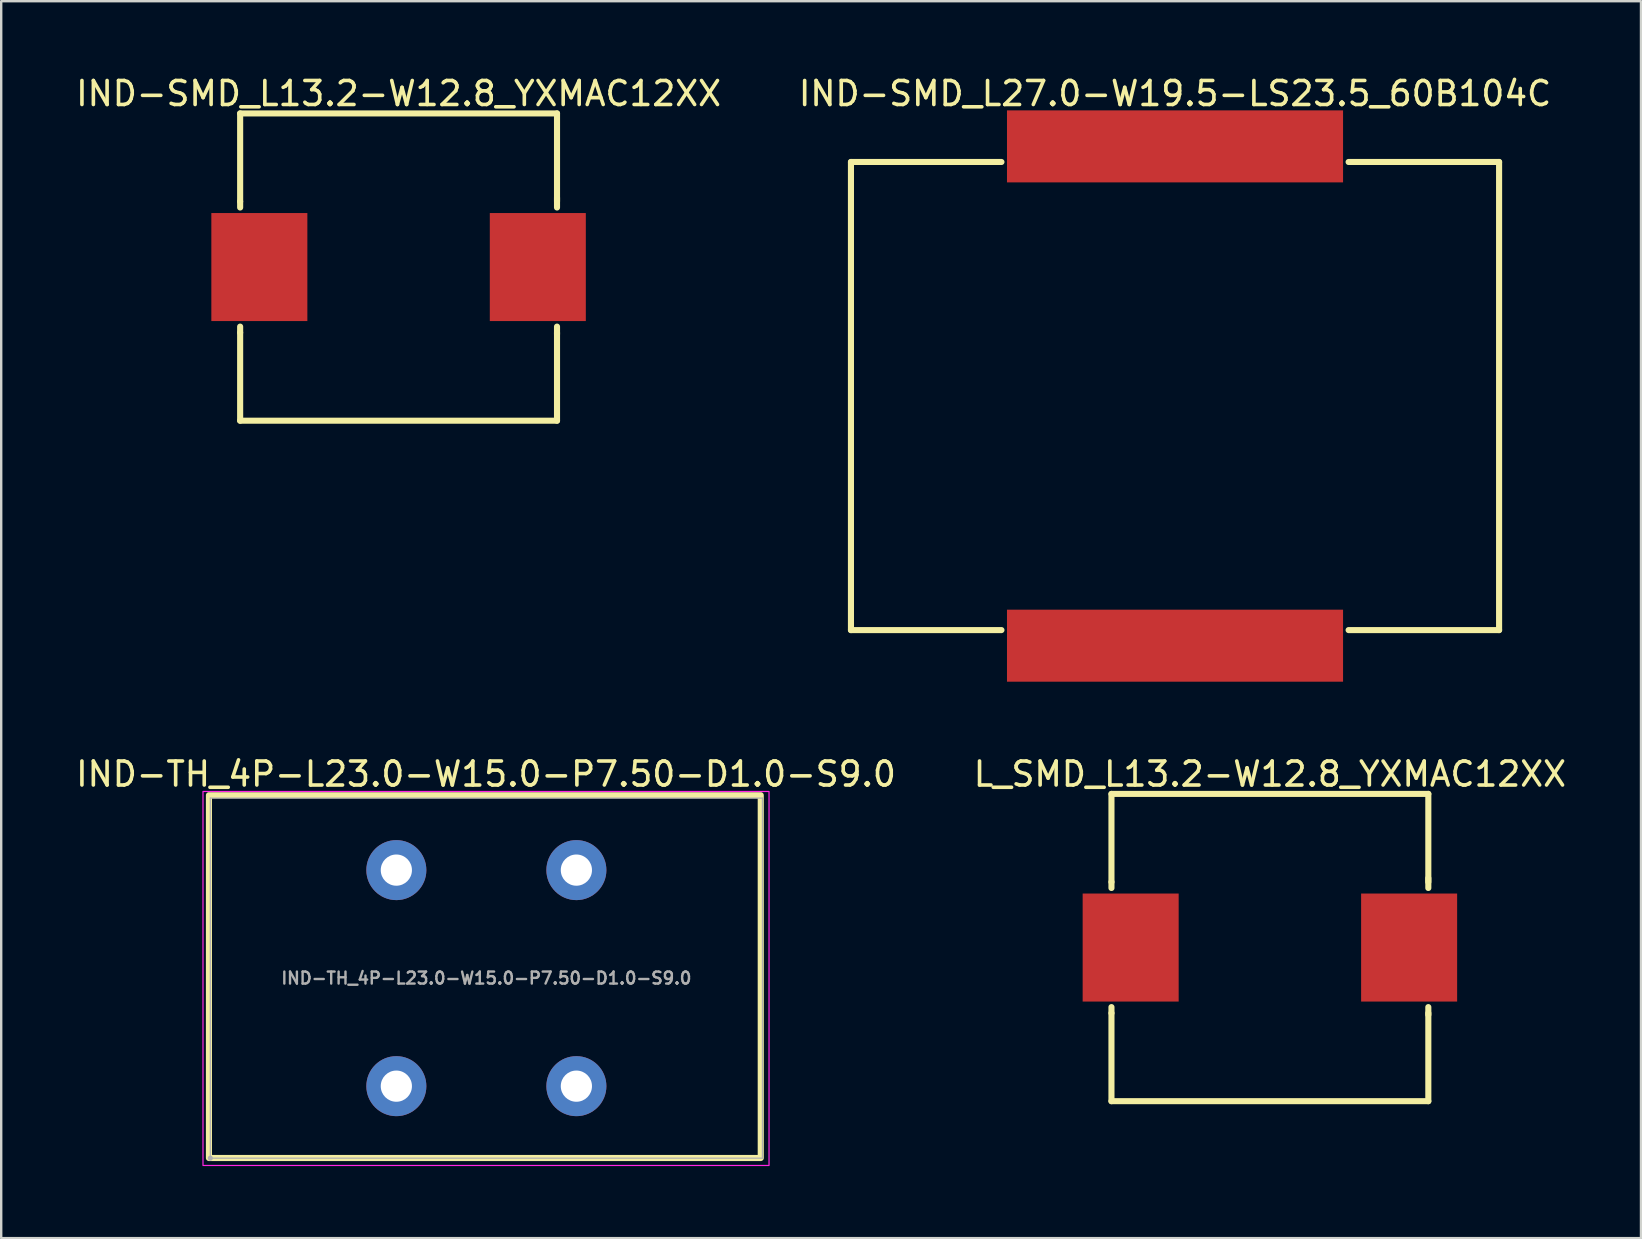
<source format=kicad_pcb>
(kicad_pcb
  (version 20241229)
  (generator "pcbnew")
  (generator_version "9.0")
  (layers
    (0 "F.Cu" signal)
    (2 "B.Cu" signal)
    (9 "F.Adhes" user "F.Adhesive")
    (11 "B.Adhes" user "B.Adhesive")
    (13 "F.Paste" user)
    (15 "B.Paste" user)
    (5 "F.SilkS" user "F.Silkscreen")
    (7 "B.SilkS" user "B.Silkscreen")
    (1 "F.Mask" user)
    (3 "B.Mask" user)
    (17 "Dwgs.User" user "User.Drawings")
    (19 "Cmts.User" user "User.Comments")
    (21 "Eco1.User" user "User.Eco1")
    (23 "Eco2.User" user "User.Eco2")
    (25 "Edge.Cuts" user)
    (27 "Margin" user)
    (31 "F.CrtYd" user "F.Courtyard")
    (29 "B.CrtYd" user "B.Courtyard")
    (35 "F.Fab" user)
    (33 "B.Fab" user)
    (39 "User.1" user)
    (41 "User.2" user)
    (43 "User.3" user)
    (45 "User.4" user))
  (footprint "IND-TH_4P-L23.0-W15.0-P7.50-D1.0-S9.0"
    (layer "F.Cu")
    (at 17.211 37.697)
    (property "Reference" "IND-TH_4P-L23.0-W15.0-P7.50-D1.0-S9.0" (at -0.015 -8.501 0) (layer "F.SilkS") (effects (font (size 1 1) (thickness 0.15))))
    (fp_rect (start -11.557 -7.62) (end 11.43 7.493) (stroke (width 0.254) (type default)) (fill no) (layer "F.SilkS"))
    (fp_rect (start -11.805 -7.776) (end 11.775 7.805) (stroke (width 0.05) (type default)) (fill no) (layer "F.CrtYd"))
    (fp_line (start -11.5 -7.5) (end 11.5 -7.5) (stroke (width 0.051) (type default)) (layer "F.Fab"))
    (fp_line (start -11.5 7.5) (end -11.5 -7.5) (stroke (width 0.051) (type default)) (layer "F.Fab"))
    (fp_line (start 11.5 -7.5) (end 11.5 7.5) (stroke (width 0.051) (type default)) (layer "F.Fab"))
    (fp_line (start 11.5 7.5) (end -11.5 7.5) (stroke (width 0.051) (type default)) (layer "F.Fab"))
    (fp_poly (pts (xy -11.445 7.477) (xy -11.477 7.445) (xy -11.523 7.445) (xy -11.555 7.477) (xy -11.555 7.523) (xy -11.523 7.555) (xy -11.477 7.555) (xy -11.445 7.523)) (stroke (width 0.1) (type default)) (fill no) (layer "F.Fab"))
    (fp_poly (pts (xy -3.254 -4.565) (xy -3.288 -4.691) (xy -3.353 -4.804) (xy -3.446 -4.897) (xy -3.559 -4.962) (xy -3.685 -4.996) (xy -3.815 -4.996) (xy -3.941 -4.962) (xy -4.054 -4.897) (xy -4.147 -4.804) (xy -4.212 -4.691) (xy -4.246 -4.565) (xy -4.246 -4.435) (xy -4.212 -4.309) (xy -4.147 -4.196) (xy -4.054 -4.103) (xy -3.941 -4.038) (xy -3.815 -4.004) (xy -3.685 -4.004) (xy -3.559 -4.038) (xy -3.446 -4.103) (xy -3.353 -4.196) (xy -3.288 -4.309) (xy -3.254 -4.435)) (stroke (width 0.1) (type default)) (fill no) (layer "User.1"))
    (fp_poly (pts (xy -3.254 4.435) (xy -3.288 4.309) (xy -3.353 4.196) (xy -3.446 4.103) (xy -3.559 4.038) (xy -3.685 4.004) (xy -3.815 4.004) (xy -3.941 4.038) (xy -4.054 4.103) (xy -4.147 4.196) (xy -4.212 4.309) (xy -4.246 4.435) (xy -4.246 4.565) (xy -4.212 4.691) (xy -4.147 4.804) (xy -4.054 4.897) (xy -3.941 4.962) (xy -3.815 4.996) (xy -3.685 4.996) (xy -3.559 4.962) (xy -3.446 4.897) (xy -3.353 4.804) (xy -3.288 4.691) (xy -3.254 4.565)) (stroke (width 0.1) (type default)) (fill no) (layer "User.1"))
    (fp_poly (pts (xy 4.246 -4.565) (xy 4.212 -4.691) (xy 4.147 -4.804) (xy 4.054 -4.897) (xy 3.941 -4.962) (xy 3.815 -4.996) (xy 3.685 -4.996) (xy 3.559 -4.962) (xy 3.446 -4.897) (xy 3.353 -4.804) (xy 3.288 -4.691) (xy 3.254 -4.565) (xy 3.254 -4.435) (xy 3.288 -4.309) (xy 3.353 -4.196) (xy 3.446 -4.103) (xy 3.559 -4.038) (xy 3.685 -4.004) (xy 3.815 -4.004) (xy 3.941 -4.038) (xy 4.054 -4.103) (xy 4.147 -4.196) (xy 4.212 -4.309) (xy 4.246 -4.435)) (stroke (width 0.1) (type default)) (fill no) (layer "User.1"))
    (fp_poly (pts (xy 4.246 4.435) (xy 4.212 4.309) (xy 4.147 4.196) (xy 4.054 4.103) (xy 3.941 4.038) (xy 3.815 4.004) (xy 3.685 4.004) (xy 3.559 4.038) (xy 3.446 4.103) (xy 3.353 4.196) (xy 3.288 4.309) (xy 3.254 4.435) (xy 3.254 4.565) (xy 3.288 4.691) (xy 3.353 4.804) (xy 3.446 4.897) (xy 3.559 4.962) (xy 3.685 4.996) (xy 3.815 4.996) (xy 3.941 4.962) (xy 4.054 4.897) (xy 4.147 4.804) (xy 4.212 4.691) (xy 4.246 4.565)) (stroke (width 0.1) (type default)) (fill no) (layer "User.1"))
    (fp_text user "${REFERENCE}" (at 0 0 0) (layer "F.Fab") (effects (font (size 0.5 0.5) (thickness 0.1))))
    (pad "1" thru_hole circle (at -3.75 4.5) (size 2.5 2.5) (drill 1.3) (layers "*.Cu" "*.Mask"))
    (pad "2" thru_hole circle (at -3.75 -4.5) (size 2.5 2.5) (drill 1.3) (layers "*.Cu" "*.Mask"))
    (pad "3" thru_hole circle (at 3.75 -4.5) (size 2.5 2.5) (drill 1.3) (layers "*.Cu" "*.Mask"))
    (pad "4" thru_hole circle (at 3.75 4.5) (size 2.5 2.5) (drill 1.3) (layers "*.Cu" "*.Mask")))
  (footprint "IND-SMD_L27.0-W19.5-LS23.5_60B104C"
    (layer "F.Cu")
    (at 45.899 13.448)
    (property "Reference" "IND-SMD_L27.0-W19.5-LS23.5_60B104C" (at 0 -12.6 0) (layer "F.SilkS") (effects (font (size 1 1) (thickness 0.15))))
    (fp_line (start -13.5 -9.75) (end -13.5 9.75) (stroke (width 0.254) (type default)) (layer "F.SilkS"))
    (fp_line (start -13.5 9.75) (end -7.231 9.75) (stroke (width 0.254) (type default)) (layer "F.SilkS"))
    (fp_line (start -7.231 -9.75) (end -13.5 -9.75) (stroke (width 0.254) (type default)) (layer "F.SilkS"))
    (fp_line (start 7.231 9.75) (end 13.5 9.75) (stroke (width 0.254) (type default)) (layer "F.SilkS"))
    (fp_line (start 13.5 -9.75) (end 7.231 -9.75) (stroke (width 0.254) (type default)) (layer "F.SilkS"))
    (fp_line (start 13.5 9.75) (end 13.5 -9.75) (stroke (width 0.254) (type default)) (layer "F.SilkS"))
    (fp_poly (pts (xy -6.25 -9.25) (xy -6.25 -11.75) (xy 6.25 -11.75) (xy 6.25 -9.25)) (stroke (width 0.1) (type default)) (fill no) (layer "User.1"))
    (fp_poly (pts (xy -6.25 11.75) (xy -6.25 9.25) (xy 6.25 9.25) (xy 6.25 11.75)) (stroke (width 0.1) (type default)) (fill no) (layer "User.1"))
    (fp_line (start -13.5 -9.75) (end 13.5 -9.75) (stroke (width 0.051) (type default)) (layer "User.2"))
    (fp_line (start -13.5 9.75) (end -13.5 -9.75) (stroke (width 0.051) (type default)) (layer "User.2"))
    (fp_line (start 13.5 -9.75) (end 13.5 9.75) (stroke (width 0.051) (type default)) (layer "User.2"))
    (fp_line (start 13.5 9.75) (end -13.5 9.75) (stroke (width 0.051) (type default)) (layer "User.2"))
    (fp_poly (pts (xy 13.555 11.727) (xy 13.523 11.695) (xy 13.477 11.695) (xy 13.445 11.727) (xy 13.445 11.773) (xy 13.477 11.805) (xy 13.523 11.805) (xy 13.555 11.773)) (stroke (width 0.1) (type default)) (fill no) (layer "User.3"))
    (pad "1" smd rect (at 0 10.4 90) (size 3 14) (layers "F.Cu" "F.Mask" "F.Paste"))
    (pad "2" smd rect (at 0 -10.4 90) (size 3 14) (layers "F.Cu" "F.Mask" "F.Paste")))
  (footprint "IND-SMD_L13.2-W12.8_YXMAC12XX"
    (layer "F.Cu")
    (at 13.554 8.075)
    (property "Reference" "IND-SMD_L13.2-W12.8_YXMAC12XX" (at 0 -7.227 0) (layer "F.SilkS") (effects (font (size 1 1) (thickness 0.15))))
    (fp_line (start -6.6 -6.4) (end -6.6 -2.731) (stroke (width 0.254) (type default)) (layer "F.SilkS"))
    (fp_line (start -6.6 -6.4) (end 6.6 -6.4) (stroke (width 0.254) (type default)) (layer "F.SilkS"))
    (fp_line (start -6.6 -2.481) (end -6.6 -2.731) (stroke (width 0.254) (type default)) (layer "F.SilkS"))
    (fp_line (start -6.6 2.731) (end -6.6 2.481) (stroke (width 0.254) (type default)) (layer "F.SilkS"))
    (fp_line (start -6.6 2.731) (end -6.6 6.4) (stroke (width 0.254) (type default)) (layer "F.SilkS"))
    (fp_line (start 6.6 -6.4) (end 6.6 -2.731) (stroke (width 0.254) (type default)) (layer "F.SilkS"))
    (fp_line (start 6.6 -2.891) (end 6.6 -2.481) (stroke (width 0.254) (type default)) (layer "F.SilkS"))
    (fp_line (start 6.6 2.481) (end 6.6 2.799) (stroke (width 0.254) (type default)) (layer "F.SilkS"))
    (fp_line (start 6.6 2.731) (end 6.6 6.4) (stroke (width 0.254) (type default)) (layer "F.SilkS"))
    (fp_line (start 6.6 6.4) (end -6.6 6.4) (stroke (width 0.254) (type default)) (layer "F.SilkS"))
    (fp_poly (pts (xy -4.1 1.75) (xy -6.6 1.75) (xy -6.6 -1.75) (xy -4.1 -1.75)) (stroke (width 0.1) (type default)) (fill no) (layer "User.1"))
    (fp_poly (pts (xy 4.1 -1.75) (xy 6.6 -1.75) (xy 6.6 1.75) (xy 4.1 1.75)) (stroke (width 0.1) (type default)) (fill no) (layer "User.1"))
    (fp_line (start -6.6 -6.4) (end 6.6 -6.4) (stroke (width 0.051) (type default)) (layer "User.2"))
    (fp_line (start -6.6 6.4) (end -6.6 -6.4) (stroke (width 0.051) (type default)) (layer "User.2"))
    (fp_line (start 6.6 -6.4) (end 6.6 6.4) (stroke (width 0.051) (type default)) (layer "User.2"))
    (fp_line (start 6.6 6.4) (end -6.6 6.4) (stroke (width 0.051) (type default)) (layer "User.2"))
    (fp_poly (pts (xy -6.545 6.377) (xy -6.577 6.345) (xy -6.623 6.345) (xy -6.655 6.377) (xy -6.655 6.423) (xy -6.623 6.455) (xy -6.577 6.455) (xy -6.545 6.423)) (stroke (width 0.1) (type default)) (fill no) (layer "User.3"))
    (pad "1" smd rect (at -5.8 0) (size 4 4.5) (layers "F.Cu" "F.Mask" "F.Paste"))
    (pad "2" smd rect (at 5.8 0) (size 4 4.5) (layers "F.Cu" "F.Mask" "F.Paste")))
  (footprint "L_SMD_L13.2-W12.8_YXMAC12XX"
    (layer "F.Cu")
    (at 49.851 36.423)
    (property "Reference" "L_SMD_L13.2-W12.8_YXMAC12XX" (at 0 -7.227 0) (layer "F.SilkS") (effects (font (size 1 1) (thickness 0.15))))
    (fp_line (start -6.6 -6.4) (end -6.6 -2.731) (stroke (width 0.254) (type default)) (layer "F.SilkS"))
    (fp_line (start -6.6 -6.4) (end 6.6 -6.4) (stroke (width 0.254) (type default)) (layer "F.SilkS"))
    (fp_line (start -6.6 -2.481) (end -6.6 -2.731) (stroke (width 0.254) (type default)) (layer "F.SilkS"))
    (fp_line (start -6.6 2.731) (end -6.6 2.481) (stroke (width 0.254) (type default)) (layer "F.SilkS"))
    (fp_line (start -6.6 2.731) (end -6.6 6.4) (stroke (width 0.254) (type default)) (layer "F.SilkS"))
    (fp_line (start 6.6 -6.4) (end 6.6 -2.731) (stroke (width 0.254) (type default)) (layer "F.SilkS"))
    (fp_line (start 6.6 -2.891) (end 6.6 -2.481) (stroke (width 0.254) (type default)) (layer "F.SilkS"))
    (fp_line (start 6.6 2.481) (end 6.6 2.799) (stroke (width 0.254) (type default)) (layer "F.SilkS"))
    (fp_line (start 6.6 2.731) (end 6.6 6.4) (stroke (width 0.254) (type default)) (layer "F.SilkS"))
    (fp_line (start 6.6 6.4) (end -6.6 6.4) (stroke (width 0.254) (type default)) (layer "F.SilkS"))
    (fp_poly (pts (xy -4.1 1.75) (xy -6.6 1.75) (xy -6.6 -1.75) (xy -4.1 -1.75)) (stroke (width 0.1) (type default)) (fill no) (layer "User.1"))
    (fp_poly (pts (xy 4.1 -1.75) (xy 6.6 -1.75) (xy 6.6 1.75) (xy 4.1 1.75)) (stroke (width 0.1) (type default)) (fill no) (layer "User.1"))
    (fp_line (start -6.6 -6.4) (end 6.6 -6.4) (stroke (width 0.051) (type default)) (layer "User.2"))
    (fp_line (start -6.6 6.4) (end -6.6 -6.4) (stroke (width 0.051) (type default)) (layer "User.2"))
    (fp_line (start 6.6 -6.4) (end 6.6 6.4) (stroke (width 0.051) (type default)) (layer "User.2"))
    (fp_line (start 6.6 6.4) (end -6.6 6.4) (stroke (width 0.051) (type default)) (layer "User.2"))
    (fp_poly (pts (xy -6.545 6.377) (xy -6.577 6.345) (xy -6.623 6.345) (xy -6.655 6.377) (xy -6.655 6.423) (xy -6.623 6.455) (xy -6.577 6.455) (xy -6.545 6.423)) (stroke (width 0.1) (type default)) (fill no) (layer "User.3"))
    (pad "1" smd rect (at -5.8 0) (size 4 4.5) (layers "F.Cu" "F.Mask" "F.Paste"))
    (pad "2" smd rect (at 5.8 0) (size 4 4.5) (layers "F.Cu" "F.Mask" "F.Paste")))
  (gr_rect
    (start -3 -3)
    (end 65.31 48.527)
    (stroke (width 0.1) (type default))
    (fill no)
    (layer "Edge.Cuts")))
</source>
